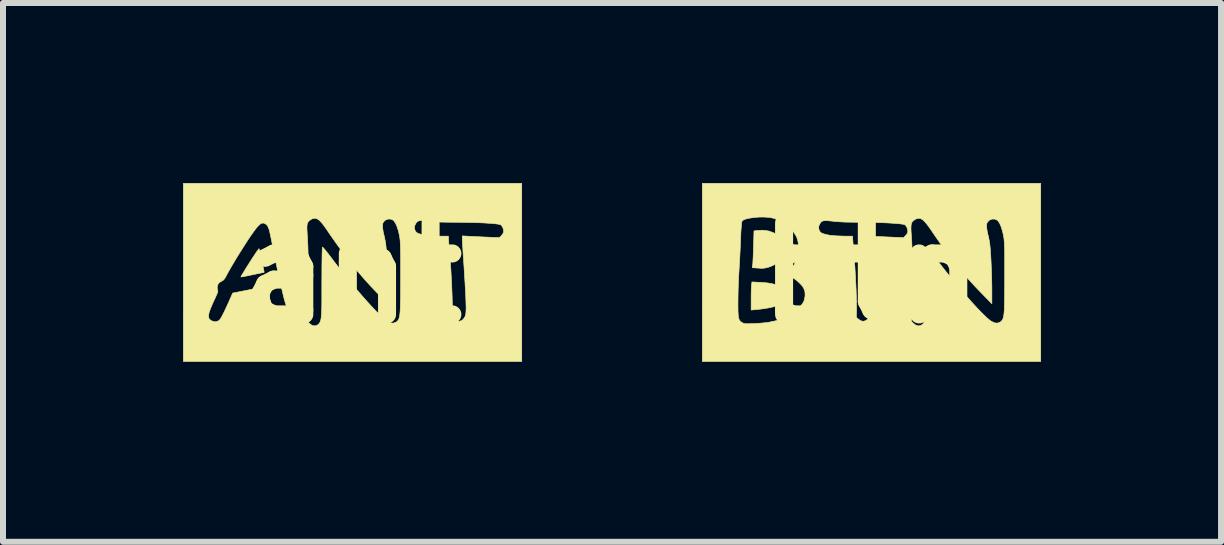
<source format=kicad_pcb>
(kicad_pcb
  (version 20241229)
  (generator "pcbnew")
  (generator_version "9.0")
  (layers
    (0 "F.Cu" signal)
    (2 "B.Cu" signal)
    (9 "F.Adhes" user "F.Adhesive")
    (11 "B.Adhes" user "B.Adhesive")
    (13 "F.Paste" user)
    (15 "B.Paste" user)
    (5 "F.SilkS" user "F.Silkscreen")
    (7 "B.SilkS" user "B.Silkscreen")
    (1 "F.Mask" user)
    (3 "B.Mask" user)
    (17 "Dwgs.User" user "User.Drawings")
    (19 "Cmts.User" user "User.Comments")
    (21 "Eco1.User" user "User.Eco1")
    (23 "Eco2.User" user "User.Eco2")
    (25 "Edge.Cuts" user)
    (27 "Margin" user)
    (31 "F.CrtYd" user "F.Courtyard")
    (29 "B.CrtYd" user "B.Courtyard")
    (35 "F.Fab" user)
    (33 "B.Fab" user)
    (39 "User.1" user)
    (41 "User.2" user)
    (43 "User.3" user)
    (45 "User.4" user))
  (footprint "ant"
    (layer "F.Cu")
    (at 2.819 1.5)
    (property "Reference" "ant" (at 0 0 0) (layer "F.SilkS") (effects (font (size 1.524 1.524) (thickness 0.3))))
    (attr through_hole)
    (fp_poly (pts (xy -1.547 -0.389) (xy -1.539 -0.355) (xy -1.529 -0.31) (xy -1.517 -0.258) (xy -1.505 -0.202) (xy -1.494 -0.146) (xy -1.483 -0.095) (xy -1.475 -0.054) (xy -1.469 -0.025) (xy -1.468 -0.013) (xy -1.468 -0.013) (xy -1.478 -0.01) (xy -1.506 -0.004) (xy -1.548 0.005) (xy -1.598 0.015) (xy -1.653 0.027) (xy -1.708 0.038) (xy -1.76 0.049) (xy -1.804 0.057) (xy -1.836 0.063) (xy -1.852 0.066) (xy -1.853 0.066) (xy -1.853 0.058) (xy -1.85 0.051) (xy -1.802 -0.027) (xy -1.755 -0.104) (xy -1.709 -0.176) (xy -1.667 -0.242) (xy -1.629 -0.3) (xy -1.597 -0.348) (xy -1.572 -0.382) (xy -1.557 -0.402) (xy -1.551 -0.406) (xy -1.547 -0.389)) (stroke (width 0.01) (type solid)) (fill yes) (layer "F.SilkS"))
    (fp_poly (pts (xy 2.825 1.473) (xy -2.814 1.473) (xy -2.814 0.732) (xy -2.394 0.732) (xy -2.386 0.758) (xy -2.368 0.779) (xy -2.342 0.796) (xy -2.341 0.797) (xy -2.292 0.812) (xy -2.248 0.807) (xy -2.211 0.783) (xy -2.194 0.76) (xy -2.169 0.717) (xy -2.138 0.656) (xy -2.101 0.578) (xy -2.058 0.484) (xy -2.019 0.395) (xy -1.992 0.334) (xy -1.735 0.283) (xy -1.661 0.268) (xy -1.593 0.255) (xy -1.533 0.244) (xy -1.486 0.235) (xy -1.455 0.23) (xy -1.446 0.229) (xy -1.414 0.225) (xy -1.385 0.374) (xy -1.358 0.497) (xy -1.329 0.602) (xy -1.298 0.686) (xy -1.266 0.75) (xy -1.233 0.793) (xy -1.224 0.801) (xy -1.184 0.82) (xy -1.14 0.822) (xy -1.1 0.806) (xy -1.078 0.783) (xy -1.06 0.753) (xy -1.06 0.753) (xy -1.054 0.735) (xy -1.051 0.715) (xy -1.053 0.692) (xy -1.061 0.66) (xy -1.074 0.617) (xy -1.094 0.558) (xy -1.105 0.526) (xy -1.118 0.486) (xy -1.134 0.428) (xy -1.153 0.352) (xy -1.174 0.263) (xy -1.198 0.162) (xy -1.222 0.052) (xy -1.247 -0.064) (xy -1.273 -0.184) (xy -1.298 -0.306) (xy -1.322 -0.426) (xy -1.341 -0.527) (xy -1.358 -0.611) (xy -1.372 -0.675) (xy -1.384 -0.724) (xy -1.397 -0.76) (xy -1.398 -0.761) (xy -0.755 -0.761) (xy -0.753 -0.706) (xy -0.749 -0.633) (xy -0.746 -0.599) (xy -0.742 -0.524) (xy -0.738 -0.43) (xy -0.735 -0.322) (xy -0.733 -0.202) (xy -0.732 -0.075) (xy -0.731 0.057) (xy -0.732 0.19) (xy -0.733 0.319) (xy -0.735 0.442) (xy -0.739 0.555) (xy -0.739 0.575) (xy -0.748 0.804) (xy -0.71 0.842) (xy -0.67 0.871) (xy -0.627 0.881) (xy -0.588 0.872) (xy -0.562 0.853) (xy -0.55 0.84) (xy -0.54 0.825) (xy -0.532 0.808) (xy -0.525 0.787) (xy -0.519 0.759) (xy -0.515 0.723) (xy -0.511 0.677) (xy -0.509 0.62) (xy -0.507 0.548) (xy -0.506 0.462) (xy -0.506 0.358) (xy -0.506 0.235) (xy -0.506 0.147) (xy -0.505 0.037) (xy -0.505 -0.067) (xy -0.504 -0.161) (xy -0.503 -0.245) (xy -0.502 -0.316) (xy -0.5 -0.372) (xy -0.499 -0.411) (xy -0.497 -0.431) (xy -0.496 -0.433) (xy -0.487 -0.426) (xy -0.467 -0.405) (xy -0.439 -0.37) (xy -0.404 -0.326) (xy -0.365 -0.275) (xy -0.362 -0.272) (xy -0.274 -0.155) (xy -0.182 -0.039) (xy -0.089 0.077) (xy 0.004 0.191) (xy 0.096 0.3) (xy 0.185 0.403) (xy 0.27 0.498) (xy 0.349 0.584) (xy 0.422 0.659) (xy 0.485 0.722) (xy 0.538 0.77) (xy 0.58 0.802) (xy 0.58 0.802) (xy 0.635 0.829) (xy 0.684 0.835) (xy 0.729 0.819) (xy 0.748 0.805) (xy 0.76 0.793) (xy 0.77 0.779) (xy 0.778 0.761) (xy 0.786 0.738) (xy 0.791 0.708) (xy 0.796 0.669) (xy 0.8 0.62) (xy 0.802 0.558) (xy 0.804 0.483) (xy 0.806 0.391) (xy 0.806 0.282) (xy 0.807 0.154) (xy 0.807 0.06) (xy 0.807 -0.07) (xy 0.807 -0.18) (xy 0.807 -0.272) (xy 0.806 -0.349) (xy 0.805 -0.413) (xy 0.803 -0.465) (xy 0.801 -0.507) (xy 0.799 -0.543) (xy 0.795 -0.574) (xy 0.791 -0.601) (xy 0.788 -0.62) (xy 0.771 -0.7) (xy 0.754 -0.752) (xy 1.037 -0.752) (xy 1.043 -0.723) (xy 1.057 -0.692) (xy 1.078 -0.672) (xy 1.103 -0.659) (xy 1.158 -0.642) (xy 1.233 -0.628) (xy 1.325 -0.62) (xy 1.432 -0.616) (xy 1.461 -0.615) (xy 1.602 -0.615) (xy 1.609 -0.503) (xy 1.613 -0.451) (xy 1.618 -0.385) (xy 1.624 -0.311) (xy 1.63 -0.236) (xy 1.633 -0.203) (xy 1.639 -0.12) (xy 1.646 -0.025) (xy 1.651 0.077) (xy 1.657 0.182) (xy 1.661 0.286) (xy 1.665 0.386) (xy 1.667 0.477) (xy 1.669 0.555) (xy 1.669 0.617) (xy 1.668 0.63) (xy 1.665 0.738) (xy 1.701 0.77) (xy 1.744 0.797) (xy 1.787 0.804) (xy 1.826 0.79) (xy 1.851 0.769) (xy 1.866 0.748) (xy 1.879 0.727) (xy 1.888 0.701) (xy 1.894 0.669) (xy 1.897 0.627) (xy 1.898 0.573) (xy 1.896 0.504) (xy 1.893 0.417) (xy 1.891 0.369) (xy 1.886 0.275) (xy 1.88 0.167) (xy 1.873 0.052) (xy 1.866 -0.062) (xy 1.859 -0.167) (xy 1.857 -0.203) (xy 1.851 -0.285) (xy 1.846 -0.363) (xy 1.842 -0.433) (xy 1.838 -0.492) (xy 1.836 -0.536) (xy 1.836 -0.559) (xy 1.835 -0.619) (xy 1.97 -0.611) (xy 2.033 -0.608) (xy 2.108 -0.605) (xy 2.188 -0.601) (xy 2.264 -0.598) (xy 2.278 -0.597) (xy 2.452 -0.59) (xy 2.484 -0.621) (xy 2.507 -0.649) (xy 2.521 -0.677) (xy 2.523 -0.682) (xy 2.522 -0.719) (xy 2.509 -0.76) (xy 2.487 -0.794) (xy 2.479 -0.802) (xy 2.459 -0.81) (xy 2.419 -0.817) (xy 2.361 -0.824) (xy 2.286 -0.829) (xy 2.198 -0.835) (xy 2.098 -0.839) (xy 1.987 -0.842) (xy 1.868 -0.845) (xy 1.743 -0.846) (xy 1.733 -0.846) (xy 1.598 -0.847) (xy 1.483 -0.849) (xy 1.386 -0.854) (xy 1.307 -0.86) (xy 1.275 -0.864) (xy 1.206 -0.871) (xy 1.154 -0.874) (xy 1.117 -0.871) (xy 1.091 -0.861) (xy 1.071 -0.843) (xy 1.055 -0.817) (xy 1.051 -0.81) (xy 1.038 -0.778) (xy 1.037 -0.752) (xy 0.754 -0.752) (xy 0.748 -0.77) (xy 0.723 -0.828) (xy 0.696 -0.868) (xy 0.684 -0.88) (xy 0.643 -0.899) (xy 0.597 -0.9) (xy 0.555 -0.883) (xy 0.538 -0.869) (xy 0.518 -0.846) (xy 0.508 -0.822) (xy 0.506 -0.787) (xy 0.506 -0.778) (xy 0.509 -0.736) (xy 0.517 -0.685) (xy 0.527 -0.642) (xy 0.539 -0.592) (xy 0.551 -0.532) (xy 0.56 -0.475) (xy 0.56 -0.471) (xy 0.566 -0.416) (xy 0.571 -0.343) (xy 0.576 -0.256) (xy 0.581 -0.159) (xy 0.585 -0.056) (xy 0.589 0.049) (xy 0.591 0.152) (xy 0.593 0.249) (xy 0.593 0.308) (xy 0.593 0.511) (xy 0.431 0.346) (xy 0.31 0.22) (xy 0.196 0.094) (xy 0.085 -0.035) (xy -0.025 -0.171) (xy -0.135 -0.315) (xy -0.249 -0.471) (xy -0.37 -0.643) (xy -0.427 -0.728) (xy -0.478 -0.799) (xy -0.521 -0.852) (xy -0.559 -0.888) (xy -0.594 -0.908) (xy -0.628 -0.913) (xy -0.662 -0.905) (xy -0.689 -0.891) (xy -0.714 -0.874) (xy -0.732 -0.856) (xy -0.745 -0.833) (xy -0.752 -0.803) (xy -0.755 -0.761) (xy -1.398 -0.761) (xy -1.41 -0.786) (xy -1.426 -0.804) (xy -1.444 -0.818) (xy -1.453 -0.823) (xy -1.481 -0.834) (xy -1.51 -0.83) (xy -1.54 -0.811) (xy -1.576 -0.775) (xy -1.604 -0.742) (xy -1.641 -0.692) (xy -1.688 -0.626) (xy -1.741 -0.547) (xy -1.797 -0.46) (xy -1.856 -0.367) (xy -1.915 -0.273) (xy -1.971 -0.179) (xy -2.023 -0.091) (xy -2.068 -0.012) (xy -2.1 0.048) (xy -2.123 0.089) (xy -2.143 0.114) (xy -2.165 0.13) (xy -2.178 0.136) (xy -2.219 0.162) (xy -2.243 0.2) (xy -2.25 0.245) (xy -2.245 0.269) (xy -2.241 0.287) (xy -2.24 0.305) (xy -2.245 0.327) (xy -2.257 0.357) (xy -2.276 0.4) (xy -2.291 0.432) (xy -2.332 0.521) (xy -2.362 0.594) (xy -2.383 0.652) (xy -2.393 0.697) (xy -2.394 0.732) (xy -2.814 0.732) (xy -2.814 -1.495) (xy 2.825 -1.495) (xy 2.825 1.473)) (stroke (width 0.01) (type solid)) (fill yes) (layer "F.SilkS")))
  (footprint "btn"
    (layer "F.Cu")
    (at 11.467 1.5)
    (property "Reference" "btn" (at 0 0 0) (layer "F.SilkS") (effects (font (size 1.524 1.524) (thickness 0.3))))
    (attr through_hole)
    (fp_poly (pts (xy -1.837 0.156) (xy -1.743 0.163) (xy -1.662 0.175) (xy -1.589 0.194) (xy -1.515 0.221) (xy -1.456 0.247) (xy -1.399 0.278) (xy -1.355 0.308) (xy -1.328 0.335) (xy -1.319 0.356) (xy -1.329 0.382) (xy -1.355 0.414) (xy -1.394 0.449) (xy -1.443 0.483) (xy -1.498 0.514) (xy -1.555 0.54) (xy -1.567 0.544) (xy -1.639 0.565) (xy -1.725 0.583) (xy -1.821 0.598) (xy -1.918 0.609) (xy -1.921 0.609) (xy -2 0.616) (xy -2 0.437) (xy -2 0.372) (xy -1.999 0.31) (xy -1.997 0.256) (xy -1.995 0.217) (xy -1.994 0.203) (xy -1.987 0.148) (xy -1.837 0.156)) (stroke (width 0.01) (type solid)) (fill yes) (layer "F.SilkS"))
    (fp_poly (pts (xy -1.714 -0.702) (xy -1.623 -0.67) (xy -1.542 -0.62) (xy -1.498 -0.58) (xy -1.456 -0.523) (xy -1.434 -0.457) (xy -1.432 -0.387) (xy -1.45 -0.314) (xy -1.489 -0.241) (xy -1.489 -0.24) (xy -1.528 -0.197) (xy -1.583 -0.156) (xy -1.649 -0.121) (xy -1.718 -0.095) (xy -1.785 -0.081) (xy -1.832 -0.079) (xy -1.861 -0.081) (xy -1.901 -0.084) (xy -1.922 -0.085) (xy -1.981 -0.089) (xy -1.975 -0.138) (xy -1.972 -0.163) (xy -1.97 -0.206) (xy -1.967 -0.263) (xy -1.964 -0.331) (xy -1.962 -0.405) (xy -1.96 -0.444) (xy -1.953 -0.701) (xy -1.913 -0.708) (xy -1.812 -0.714) (xy -1.714 -0.702)) (stroke (width 0.01) (type solid)) (fill yes) (layer "F.SilkS"))
    (fp_poly (pts (xy 2.825 1.473) (xy -2.814 1.473) (xy -2.814 0.481) (xy -2.22 0.481) (xy -2.22 0.57) (xy -2.219 0.641) (xy -2.216 0.695) (xy -2.212 0.736) (xy -2.204 0.766) (xy -2.194 0.787) (xy -2.18 0.804) (xy -2.162 0.818) (xy -2.151 0.826) (xy -2.135 0.834) (xy -2.119 0.84) (xy -2.097 0.844) (xy -2.065 0.845) (xy -2.019 0.844) (xy -1.956 0.842) (xy -1.889 0.839) (xy -1.82 0.833) (xy -1.756 0.827) (xy -1.705 0.82) (xy -1.701 0.819) (xy -1.579 0.793) (xy -1.476 0.76) (xy -1.386 0.719) (xy -1.305 0.668) (xy -1.231 0.606) (xy -1.219 0.594) (xy -1.175 0.548) (xy -1.145 0.511) (xy -1.125 0.477) (xy -1.117 0.457) (xy -1.101 0.381) (xy -1.104 0.31) (xy -1.122 0.257) (xy -1.151 0.212) (xy -1.196 0.164) (xy -1.25 0.117) (xy -1.31 0.075) (xy -1.344 0.056) (xy -1.417 0.019) (xy -1.353 -0.05) (xy -1.288 -0.132) (xy -1.243 -0.22) (xy -1.217 -0.315) (xy -1.21 -0.421) (xy -1.211 -0.452) (xy -1.217 -0.511) (xy -1.227 -0.559) (xy -1.245 -0.605) (xy -1.247 -0.61) (xy -1.291 -0.681) (xy -1.353 -0.75) (xy -1.356 -0.752) (xy -0.876 -0.752) (xy -0.869 -0.723) (xy -0.856 -0.692) (xy -0.835 -0.672) (xy -0.81 -0.659) (xy -0.754 -0.642) (xy -0.679 -0.628) (xy -0.587 -0.62) (xy -0.48 -0.616) (xy -0.451 -0.615) (xy -0.311 -0.615) (xy -0.303 -0.503) (xy -0.299 -0.451) (xy -0.294 -0.385) (xy -0.289 -0.311) (xy -0.282 -0.236) (xy -0.28 -0.203) (xy -0.273 -0.12) (xy -0.267 -0.025) (xy -0.261 0.077) (xy -0.256 0.182) (xy -0.251 0.286) (xy -0.248 0.386) (xy -0.245 0.477) (xy -0.244 0.555) (xy -0.244 0.617) (xy -0.244 0.63) (xy -0.247 0.738) (xy -0.211 0.77) (xy -0.169 0.797) (xy -0.126 0.804) (xy -0.086 0.79) (xy -0.062 0.769) (xy -0.046 0.748) (xy -0.034 0.727) (xy -0.025 0.701) (xy -0.019 0.669) (xy -0.016 0.627) (xy -0.015 0.573) (xy -0.016 0.504) (xy -0.02 0.417) (xy -0.022 0.369) (xy -0.026 0.275) (xy -0.032 0.167) (xy -0.039 0.052) (xy -0.046 -0.062) (xy -0.053 -0.167) (xy -0.056 -0.203) (xy -0.061 -0.285) (xy -0.066 -0.363) (xy -0.071 -0.433) (xy -0.074 -0.492) (xy -0.076 -0.536) (xy -0.077 -0.559) (xy -0.077 -0.619) (xy 0.058 -0.611) (xy 0.12 -0.608) (xy 0.196 -0.605) (xy 0.276 -0.601) (xy 0.352 -0.598) (xy 0.366 -0.597) (xy 0.539 -0.59) (xy 0.571 -0.621) (xy 0.594 -0.649) (xy 0.609 -0.677) (xy 0.61 -0.682) (xy 0.609 -0.719) (xy 0.596 -0.76) (xy 0.595 -0.761) (xy 0.663 -0.761) (xy 0.664 -0.706) (xy 0.669 -0.633) (xy 0.671 -0.599) (xy 0.676 -0.524) (xy 0.68 -0.43) (xy 0.683 -0.322) (xy 0.685 -0.202) (xy 0.686 -0.075) (xy 0.686 0.057) (xy 0.686 0.19) (xy 0.685 0.319) (xy 0.682 0.442) (xy 0.679 0.555) (xy 0.678 0.575) (xy 0.67 0.804) (xy 0.708 0.842) (xy 0.748 0.871) (xy 0.79 0.881) (xy 0.83 0.872) (xy 0.856 0.853) (xy 0.868 0.84) (xy 0.878 0.825) (xy 0.886 0.808) (xy 0.893 0.787) (xy 0.899 0.759) (xy 0.903 0.723) (xy 0.906 0.677) (xy 0.909 0.62) (xy 0.91 0.548) (xy 0.911 0.462) (xy 0.912 0.358) (xy 0.912 0.235) (xy 0.912 0.147) (xy 0.912 0.037) (xy 0.913 -0.067) (xy 0.914 -0.161) (xy 0.915 -0.245) (xy 0.916 -0.316) (xy 0.917 -0.372) (xy 0.919 -0.411) (xy 0.921 -0.431) (xy 0.921 -0.433) (xy 0.93 -0.426) (xy 0.95 -0.405) (xy 0.979 -0.37) (xy 1.014 -0.326) (xy 1.053 -0.275) (xy 1.056 -0.272) (xy 1.144 -0.155) (xy 1.235 -0.039) (xy 1.329 0.077) (xy 1.422 0.191) (xy 1.514 0.3) (xy 1.603 0.403) (xy 1.688 0.498) (xy 1.767 0.584) (xy 1.839 0.659) (xy 1.903 0.722) (xy 1.956 0.77) (xy 1.998 0.802) (xy 1.998 0.802) (xy 2.053 0.829) (xy 2.102 0.835) (xy 2.146 0.819) (xy 2.165 0.805) (xy 2.177 0.793) (xy 2.188 0.779) (xy 2.196 0.761) (xy 2.203 0.738) (xy 2.209 0.708) (xy 2.214 0.669) (xy 2.218 0.62) (xy 2.22 0.558) (xy 2.222 0.483) (xy 2.223 0.391) (xy 2.224 0.282) (xy 2.225 0.154) (xy 2.225 0.06) (xy 2.225 -0.07) (xy 2.225 -0.18) (xy 2.225 -0.272) (xy 2.224 -0.349) (xy 2.223 -0.413) (xy 2.221 -0.465) (xy 2.219 -0.507) (xy 2.216 -0.543) (xy 2.213 -0.574) (xy 2.209 -0.601) (xy 2.206 -0.62) (xy 2.188 -0.7) (xy 2.166 -0.77) (xy 2.141 -0.828) (xy 2.114 -0.868) (xy 2.102 -0.88) (xy 2.06 -0.899) (xy 2.015 -0.9) (xy 1.973 -0.883) (xy 1.956 -0.869) (xy 1.936 -0.846) (xy 1.926 -0.822) (xy 1.923 -0.787) (xy 1.923 -0.778) (xy 1.927 -0.736) (xy 1.935 -0.685) (xy 1.945 -0.642) (xy 1.957 -0.592) (xy 1.969 -0.532) (xy 1.977 -0.475) (xy 1.978 -0.471) (xy 1.983 -0.416) (xy 1.989 -0.343) (xy 1.994 -0.256) (xy 1.999 -0.159) (xy 2.003 -0.056) (xy 2.007 0.049) (xy 2.009 0.152) (xy 2.011 0.249) (xy 2.011 0.308) (xy 2.011 0.511) (xy 1.849 0.346) (xy 1.728 0.22) (xy 1.613 0.094) (xy 1.503 -0.035) (xy 1.393 -0.171) (xy 1.283 -0.315) (xy 1.168 -0.471) (xy 1.048 -0.643) (xy 0.991 -0.728) (xy 0.94 -0.799) (xy 0.896 -0.852) (xy 0.858 -0.888) (xy 0.824 -0.908) (xy 0.79 -0.913) (xy 0.756 -0.905) (xy 0.729 -0.891) (xy 0.704 -0.874) (xy 0.686 -0.856) (xy 0.673 -0.833) (xy 0.666 -0.803) (xy 0.663 -0.761) (xy 0.595 -0.761) (xy 0.574 -0.794) (xy 0.566 -0.802) (xy 0.546 -0.81) (xy 0.506 -0.817) (xy 0.448 -0.824) (xy 0.374 -0.829) (xy 0.286 -0.835) (xy 0.185 -0.839) (xy 0.075 -0.842) (xy -0.044 -0.845) (xy -0.169 -0.846) (xy -0.179 -0.846) (xy -0.314 -0.847) (xy -0.429 -0.849) (xy -0.526 -0.854) (xy -0.606 -0.86) (xy -0.637 -0.864) (xy -0.707 -0.871) (xy -0.758 -0.874) (xy -0.795 -0.871) (xy -0.822 -0.861) (xy -0.841 -0.843) (xy -0.857 -0.817) (xy -0.861 -0.81) (xy -0.874 -0.778) (xy -0.876 -0.752) (xy -1.356 -0.752) (xy -1.428 -0.812) (xy -1.511 -0.864) (xy -1.599 -0.904) (xy -1.644 -0.917) (xy -1.704 -0.928) (xy -1.779 -0.933) (xy -1.862 -0.933) (xy -1.944 -0.927) (xy -2.012 -0.917) (xy -2.068 -0.906) (xy -2.106 -0.895) (xy -2.13 -0.884) (xy -2.146 -0.87) (xy -2.155 -0.857) (xy -2.158 -0.84) (xy -2.162 -0.804) (xy -2.166 -0.752) (xy -2.171 -0.688) (xy -2.174 -0.614) (xy -2.177 -0.557) (xy -2.18 -0.462) (xy -2.185 -0.355) (xy -2.191 -0.244) (xy -2.197 -0.139) (xy -2.202 -0.046) (xy -2.203 -0.028) (xy -2.209 0.065) (xy -2.213 0.172) (xy -2.217 0.283) (xy -2.219 0.39) (xy -2.22 0.481) (xy -2.814 0.481) (xy -2.814 -1.495) (xy 2.825 -1.495) (xy 2.825 1.473)) (stroke (width 0.01) (type solid)) (fill yes) (layer "F.SilkS")))
  (gr_rect
    (start -3 -3)
    (end 17.297 5.978)
    (stroke (width 0.1) (type default))
    (fill no)
    (layer "Edge.Cuts")))
</source>
